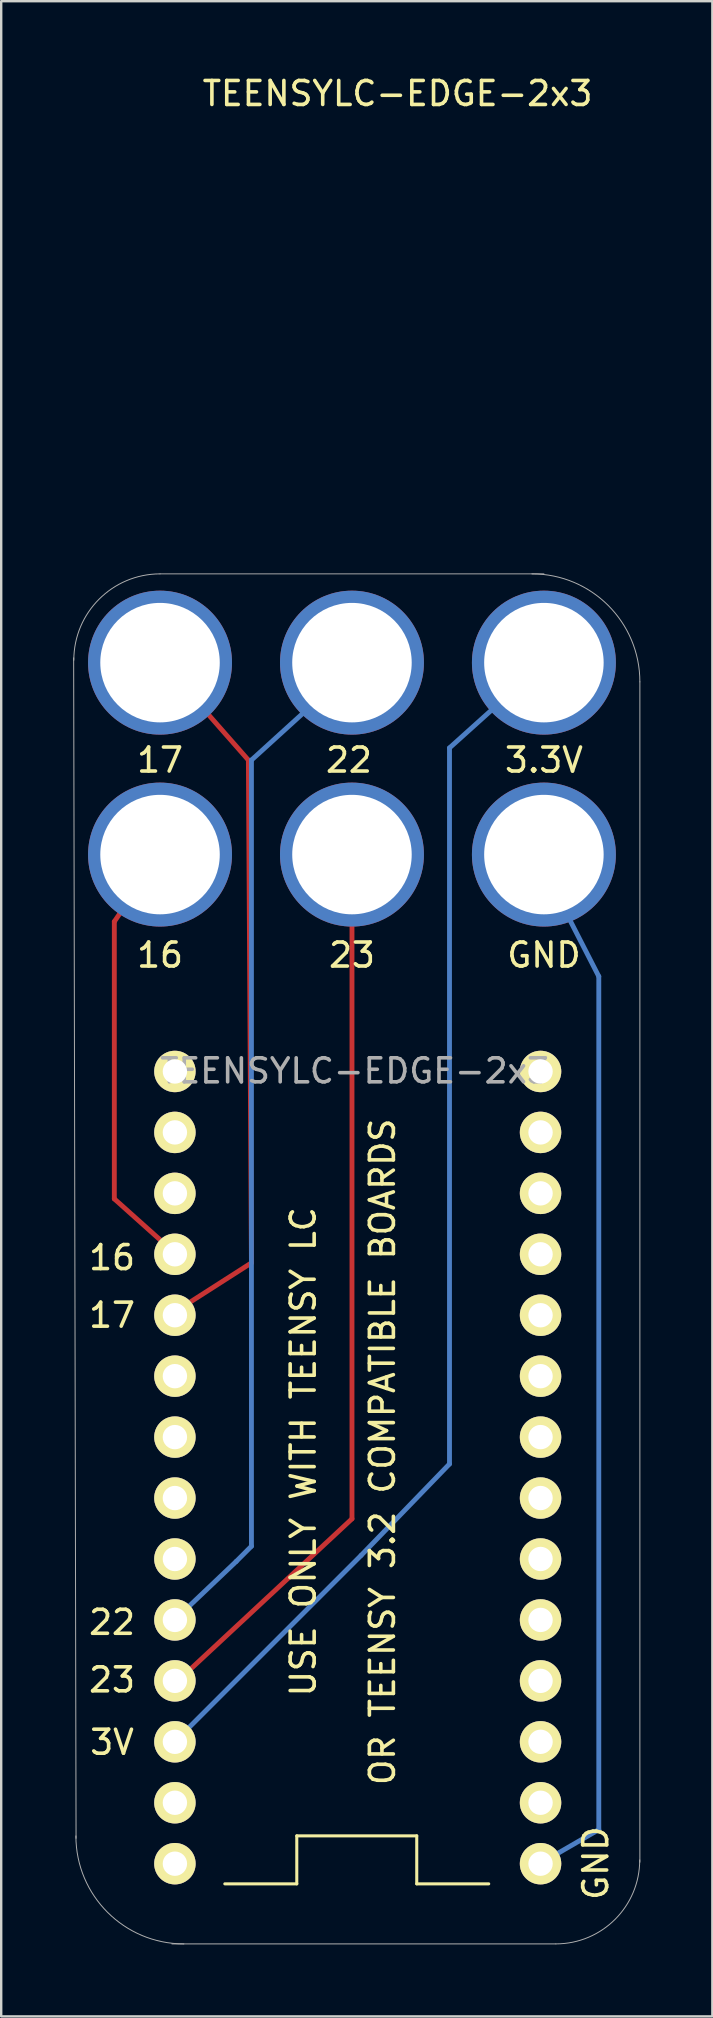
<source format=kicad_pcb>
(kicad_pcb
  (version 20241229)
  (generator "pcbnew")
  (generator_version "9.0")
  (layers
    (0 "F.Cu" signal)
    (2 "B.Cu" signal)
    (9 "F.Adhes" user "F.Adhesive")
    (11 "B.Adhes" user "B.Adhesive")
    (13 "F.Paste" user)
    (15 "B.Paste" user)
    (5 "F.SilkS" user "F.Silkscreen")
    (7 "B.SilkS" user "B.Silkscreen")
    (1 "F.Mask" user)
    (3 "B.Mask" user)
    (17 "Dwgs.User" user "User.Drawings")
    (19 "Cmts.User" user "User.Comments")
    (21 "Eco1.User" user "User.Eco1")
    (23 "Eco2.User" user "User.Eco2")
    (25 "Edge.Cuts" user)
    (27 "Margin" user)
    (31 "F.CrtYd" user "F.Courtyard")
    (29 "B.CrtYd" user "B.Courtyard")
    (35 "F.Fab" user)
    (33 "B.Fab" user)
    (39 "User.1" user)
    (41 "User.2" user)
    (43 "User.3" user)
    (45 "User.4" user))
  (footprint "TEENSYLC-EDGE-2x3"
    (layer "F.Cu")
    (at 3.62 32.568)
    (property "Reference" "TEENSYLC-EDGE-2x3" (at 9.9 -31.72 0) (layer "F.SilkS") (effects (font (size 1 1) (thickness 0.15))))
    (attr through_hole)
    (fp_line (start -1.905 2.794) (end -1.905 14.351) (stroke (width 0.203) (type solid)) (layer "F.Cu"))
    (fp_line (start -1.905 2.794) (end 0 0) (stroke (width 0.203) (type solid)) (layer "F.Cu"))
    (fp_line (start -1.905 14.351) (end 0.508 16.51) (stroke (width 0.203) (type solid)) (layer "F.Cu"))
    (fp_line (start 0.635 19.05) (end 3.81 17.018) (stroke (width 0.203) (type solid)) (layer "F.Cu"))
    (fp_line (start 0.635 34.544) (end 8.001 27.686) (stroke (width 0.203) (type solid)) (layer "F.Cu"))
    (fp_line (start 3.683 -3.937) (end 0 -8.128) (stroke (width 0.203) (type solid)) (layer "F.Cu"))
    (fp_line (start 3.81 17.018) (end 3.683 -3.937) (stroke (width 0.203) (type solid)) (layer "F.Cu"))
    (fp_line (start 8.001 0) (end 8.001 27.686) (stroke (width 0.203) (type solid)) (layer "F.Cu"))
    (fp_line (start 0.635 31.877) (end 3.175 29.464) (stroke (width 0.203) (type solid)) (layer "B.Cu"))
    (fp_line (start 0.635 36.957) (end 8.382 29.21) (stroke (width 0.203) (type solid)) (layer "B.Cu"))
    (fp_line (start 3.175 29.464) (end 3.81 28.829) (stroke (width 0.203) (type solid)) (layer "B.Cu"))
    (fp_line (start 3.81 -3.937) (end 8.001 -7.747) (stroke (width 0.203) (type solid)) (layer "B.Cu"))
    (fp_line (start 3.81 28.829) (end 3.81 -3.937) (stroke (width 0.203) (type solid)) (layer "B.Cu"))
    (fp_line (start 8.382 29.21) (end 12.065 25.4) (stroke (width 0.203) (type solid)) (layer "B.Cu"))
    (fp_line (start 12.065 -4.445) (end 15.875 -7.874) (stroke (width 0.203) (type solid)) (layer "B.Cu"))
    (fp_line (start 12.065 25.4) (end 12.065 -4.445) (stroke (width 0.203) (type solid)) (layer "B.Cu"))
    (fp_line (start 15.748 0.127) (end 18.288 5.08) (stroke (width 0.203) (type solid)) (layer "B.Cu"))
    (fp_line (start 18.288 5.08) (end 18.288 40.64) (stroke (width 0.203) (type solid)) (layer "B.Cu"))
    (fp_line (start 18.288 40.64) (end 15.875 42.037) (stroke (width 0.203) (type solid)) (layer "B.Cu"))
    (fp_line (start 5.7 40.901) (end 5.7 42.901) (stroke (width 0.127) (type solid)) (layer "F.SilkS"))
    (fp_line (start 5.7 42.901) (end 2.7 42.901) (stroke (width 0.127) (type solid)) (layer "F.SilkS"))
    (fp_line (start 10.7 40.901) (end 5.7 40.901) (stroke (width 0.127) (type solid)) (layer "F.SilkS"))
    (fp_line (start 10.7 42.901) (end 10.7 40.901) (stroke (width 0.127) (type solid)) (layer "F.SilkS"))
    (fp_line (start 10.7 42.901) (end 13.7 42.901) (stroke (width 0.127) (type solid)) (layer "F.SilkS"))
    (fp_line (start -3.6 -8.199) (end -3.5 41.001) (stroke (width 0.041) (type solid)) (layer "F.Fab"))
    (fp_line (start 0 -11.699) (end 16 -11.699) (stroke (width 0.041) (type solid)) (layer "F.Fab"))
    (fp_line (start 16.494 45.404) (end 0.494 45.404) (stroke (width 0.041) (type solid)) (layer "F.Fab"))
    (fp_line (start 20 42.001) (end 20 -7.199) (stroke (width 0.041) (type solid)) (layer "F.Fab"))
    (fp_arc (start -3.593716 -8.099005) (mid -2.541521 -10.642367) (end 0 -11.699) (stroke (width 0.04064) (type solid)) (layer "F.Fab"))
    (fp_arc (start 0.993592 45.404468) (mid -2.188389 44.086449) (end -3.506408 40.904468) (stroke (width 0.04064) (type solid)) (layer "F.Fab"))
    (fp_arc (start 15.5 -11.699) (mid 18.681981 -10.380981) (end 20 -7.199) (stroke (width 0.04064) (type solid)) (layer "F.Fab"))
    (fp_arc (start 19.993592 41.904468) (mid 18.970625 44.377181) (end 16.499701 45.404463) (stroke (width 0.04064) (type solid)) (layer "F.Fab"))
    (fp_text user "3V" (at -2 37.001 0) (layer "F.SilkS") (effects (font (size 1 1) (thickness 0.15))))
    (fp_text user "GND" (at 16.002 4.191 0) (layer "F.SilkS") (effects (font (size 1 1) (thickness 0.15))))
    (fp_text user "OR TEENSY 3.2 COMPATIBLE BOARDS" (at 9.271 24.892 90) (layer "F.SilkS") (effects (font (size 1 1) (thickness 0.15))))
    (fp_text user "23" (at -2 34.401 0) (layer "F.SilkS") (effects (font (size 1 1) (thickness 0.15))))
    (fp_text user "3.3V" (at 16.002 -3.937 0) (layer "F.SilkS") (effects (font (size 1 1) (thickness 0.15))))
    (fp_text user "16" (at -2 16.801 0) (layer "F.SilkS") (effects (font (size 1 1) (thickness 0.15))))
    (fp_text user "22" (at -2 32.001 0) (layer "F.SilkS") (effects (font (size 1 1) (thickness 0.15))))
    (fp_text user "17" (at -2 19.201 0) (layer "F.SilkS") (effects (font (size 1 1) (thickness 0.15))))
    (fp_text user "16" (at 0 4.191 0) (layer "F.SilkS") (effects (font (size 1 1) (thickness 0.15))))
    (fp_text user "17" (at 0 -3.937 0) (layer "F.SilkS") (effects (font (size 1 1) (thickness 0.15))))
    (fp_text user "23" (at 8.001 4.191 0) (layer "F.SilkS") (effects (font (size 1 1) (thickness 0.15))))
    (fp_text user "USE ONLY WITH TEENSY LC" (at 5.969 24.892 90) (layer "F.SilkS") (effects (font (size 1 1) (thickness 0.15))))
    (fp_text user "GND" (at 18.161 42.037 270) (layer "F.SilkS") (effects (font (size 1 1) (thickness 0.15))))
    (fp_text user "22" (at 7.874 -3.937 0) (layer "F.SilkS") (effects (font (size 1 1) (thickness 0.15))))
    (fp_text user "${REFERENCE}" (at 8.128 9.017 0) (layer "F.Fab") (effects (font (size 1 1) (thickness 0.15))))
    (pad "0" thru_hole circle (at 15.86 39.521 180) (size 1.727 1.727) (drill 1.016) (layers "*.Cu" "*.Mask" "F.SilkS"))
    (pad "1" thru_hole circle (at 15.86 36.981 180) (size 1.727 1.727) (drill 1.016) (layers "*.Cu" "*.Mask" "F.SilkS"))
    (pad "2" thru_hole circle (at 15.86 34.441 180) (size 1.727 1.727) (drill 1.016) (layers "*.Cu" "*.Mask" "F.SilkS"))
    (pad "3" thru_hole circle (at 15.86 31.901 180) (size 1.727 1.727) (drill 1.016) (layers "*.Cu" "*.Mask" "F.SilkS"))
    (pad "3.3V" thru_hole circle (at 0.62 36.981 180) (size 1.727 1.727) (drill 1.016) (layers "*.Cu" "*.Mask" "F.SilkS"))
    (pad "3.3V" thru_hole circle (at 16 -7.999) (size 6 6) (drill 4.98) (layers "*.Cu" "*.Mask"))
    (pad "4" thru_hole circle (at 15.86 29.361 180) (size 1.727 1.727) (drill 1.016) (layers "*.Cu" "*.Mask" "F.SilkS"))
    (pad "5" thru_hole circle (at 15.86 26.821 180) (size 1.727 1.727) (drill 1.016) (layers "*.Cu" "*.Mask" "F.SilkS"))
    (pad "6" thru_hole circle (at 15.86 24.281 180) (size 1.727 1.727) (drill 1.016) (layers "*.Cu" "*.Mask" "F.SilkS"))
    (pad "7" thru_hole circle (at 15.86 21.741 180) (size 1.727 1.727) (drill 1.016) (layers "*.Cu" "*.Mask" "F.SilkS"))
    (pad "8" thru_hole circle (at 15.86 19.201 180) (size 1.727 1.727) (drill 1.016) (layers "*.Cu" "*.Mask" "F.SilkS"))
    (pad "9" thru_hole circle (at 15.86 16.661 180) (size 1.727 1.727) (drill 1.016) (layers "*.Cu" "*.Mask" "F.SilkS"))
    (pad "10" thru_hole circle (at 15.86 14.121 180) (size 1.727 1.727) (drill 1.016) (layers "*.Cu" "*.Mask" "F.SilkS"))
    (pad "11" thru_hole circle (at 15.86 11.581 180) (size 1.727 1.727) (drill 1.016) (layers "*.Cu" "*.Mask" "F.SilkS"))
    (pad "12" thru_hole circle (at 15.86 9.041 180) (size 1.727 1.727) (drill 1.016) (layers "*.Cu" "*.Mask" "F.SilkS"))
    (pad "13" thru_hole circle (at 0.62 9.041 180) (size 1.727 1.727) (drill 1.016) (layers "*.Cu" "*.Mask" "F.SilkS"))
    (pad "14" thru_hole circle (at 0.62 11.581 180) (size 1.727 1.727) (drill 1.016) (layers "*.Cu" "*.Mask" "F.SilkS"))
    (pad "15" thru_hole circle (at 0.62 14.121 180) (size 1.727 1.727) (drill 1.016) (layers "*.Cu" "*.Mask" "F.SilkS"))
    (pad "16" thru_hole circle (at 0 0.001) (size 6 6) (drill 4.98) (layers "*.Cu" "*.Mask"))
    (pad "16" thru_hole circle (at 0.62 16.661 180) (size 1.727 1.727) (drill 1.016) (layers "*.Cu" "*.Mask" "F.SilkS"))
    (pad "17" thru_hole circle (at 0 -7.999) (size 6 6) (drill 4.98) (layers "*.Cu" "*.Mask"))
    (pad "17" thru_hole circle (at 0.62 19.201 180) (size 1.727 1.727) (drill 1.016) (layers "*.Cu" "*.Mask" "F.SilkS"))
    (pad "18" thru_hole circle (at 0.62 21.741 180) (size 1.727 1.727) (drill 1.016) (layers "*.Cu" "*.Mask" "F.SilkS"))
    (pad "19" thru_hole circle (at 0.62 24.281 180) (size 1.727 1.727) (drill 1.016) (layers "*.Cu" "*.Mask" "F.SilkS"))
    (pad "20" thru_hole circle (at 0.62 26.821 180) (size 1.727 1.727) (drill 1.016) (layers "*.Cu" "*.Mask" "F.SilkS"))
    (pad "21" thru_hole circle (at 0.62 29.361 180) (size 1.727 1.727) (drill 1.016) (layers "*.Cu" "*.Mask" "F.SilkS"))
    (pad "22" thru_hole circle (at 0.62 31.901 180) (size 1.727 1.727) (drill 1.016) (layers "*.Cu" "*.Mask" "F.SilkS"))
    (pad "22" thru_hole circle (at 8 -7.999) (size 6 6) (drill 4.98) (layers "*.Cu" "*.Mask"))
    (pad "23" thru_hole circle (at 0.62 34.441 180) (size 1.727 1.727) (drill 1.016) (layers "*.Cu" "*.Mask" "F.SilkS"))
    (pad "23" thru_hole circle (at 8 0.001) (size 6 6) (drill 4.98) (layers "*.Cu" "*.Mask"))
    (pad "G3" thru_hole circle (at 0.62 39.521 180) (size 1.727 1.727) (drill 1.016) (layers "*.Cu" "*.Mask" "F.SilkS"))
    (pad "GND" thru_hole circle (at 15.86 42.061 180) (size 1.727 1.727) (drill 1.016) (layers "*.Cu" "*.Mask" "F.SilkS"))
    (pad "GND" thru_hole circle (at 16 0.001) (size 6 6) (drill 4.98) (layers "*.Cu" "*.Mask"))
    (pad "VIN" thru_hole circle (at 0.62 42.061 180) (size 1.727 1.727) (drill 1.016) (layers "*.Cu" "*.Mask" "F.SilkS")))
  (gr_rect
    (start -3 -3)
    (end 26.641 80.993)
    (stroke (width 0.1) (type default))
    (fill no)
    (layer "Edge.Cuts")))
</source>
